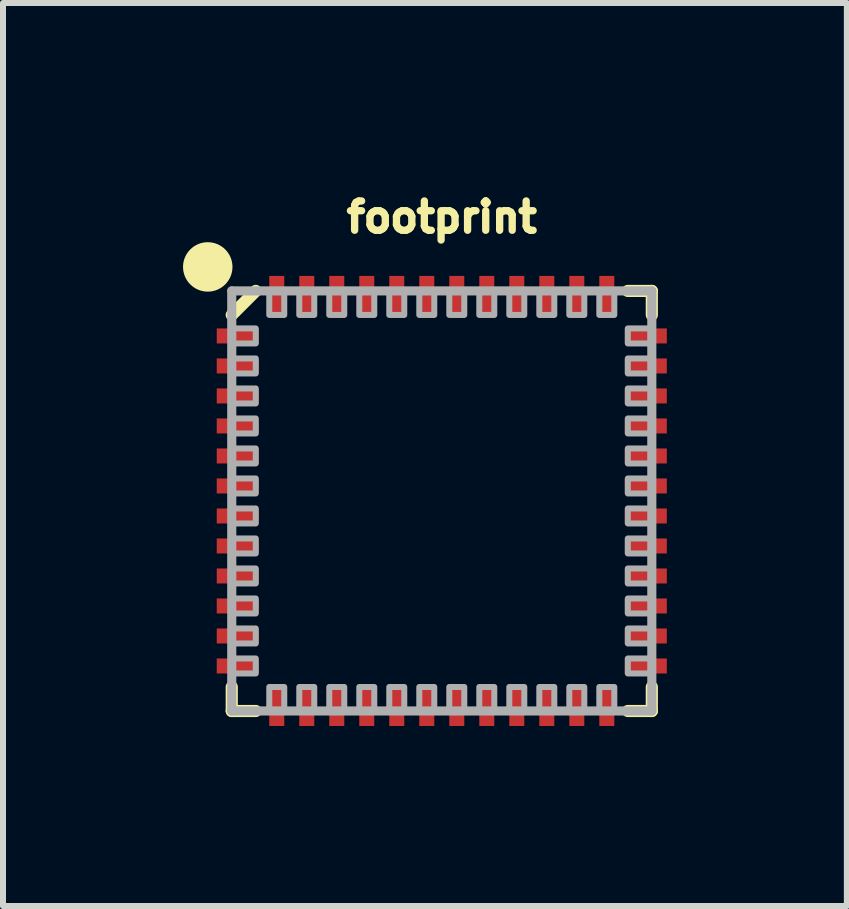
<source format=kicad_pcb>
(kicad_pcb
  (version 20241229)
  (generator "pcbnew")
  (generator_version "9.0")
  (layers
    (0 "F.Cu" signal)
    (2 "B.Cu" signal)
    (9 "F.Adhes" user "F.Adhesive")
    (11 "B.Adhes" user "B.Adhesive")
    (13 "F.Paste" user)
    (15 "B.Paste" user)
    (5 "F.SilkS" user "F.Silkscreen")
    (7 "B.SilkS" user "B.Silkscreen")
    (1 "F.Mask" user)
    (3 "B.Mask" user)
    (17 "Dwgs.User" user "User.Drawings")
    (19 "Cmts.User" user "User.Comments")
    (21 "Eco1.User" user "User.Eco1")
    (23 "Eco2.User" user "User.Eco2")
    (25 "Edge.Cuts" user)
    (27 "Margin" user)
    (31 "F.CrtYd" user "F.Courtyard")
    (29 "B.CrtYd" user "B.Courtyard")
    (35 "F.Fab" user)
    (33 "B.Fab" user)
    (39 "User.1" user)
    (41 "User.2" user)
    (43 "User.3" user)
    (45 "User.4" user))
  (footprint "footprint"
    (layer "F.Cu")
    (at 4.312 5.298)
    (property "Reference" "footprint" (at 0 -4.445 0) (layer "F.SilkS") (effects (font (size 0.488 0.488) (thickness 0.122)) (justify bottom)))
    (fp_line (start -3.5 -3.1) (end -3.1 -3.5) (stroke (width 0.203) (type solid)) (layer "F.SilkS"))
    (fp_line (start -3.5 3.5) (end -3.5 3.1) (stroke (width 0.203) (type solid)) (layer "F.SilkS"))
    (fp_line (start -3.1 3.5) (end -3.5 3.5) (stroke (width 0.203) (type solid)) (layer "F.SilkS"))
    (fp_line (start 3.1 -3.5) (end 3.5 -3.5) (stroke (width 0.203) (type solid)) (layer "F.SilkS"))
    (fp_line (start 3.5 -3.5) (end 3.5 -3.1) (stroke (width 0.203) (type solid)) (layer "F.SilkS"))
    (fp_line (start 3.5 3.1) (end 3.5 3.5) (stroke (width 0.203) (type solid)) (layer "F.SilkS"))
    (fp_line (start 3.5 3.5) (end 3.1 3.5) (stroke (width 0.203) (type solid)) (layer "F.SilkS"))
    (fp_circle (center -3.9 -3.9) (end -3.694 -3.9) (stroke (width 0.412) (type solid)) (fill yes) (layer "F.SilkS"))
    (fp_line (start -3.5 -3.5) (end -3.5 3.5) (stroke (width 0.152) (type solid)) (layer "F.Fab"))
    (fp_line (start -3.5 3.5) (end 3.5 3.5) (stroke (width 0.152) (type solid)) (layer "F.Fab"))
    (fp_line (start 3.5 -3.5) (end -3.5 -3.5) (stroke (width 0.152) (type solid)) (layer "F.Fab"))
    (fp_line (start 3.5 3.5) (end 3.5 -3.5) (stroke (width 0.152) (type solid)) (layer "F.Fab"))
    (fp_poly (pts (xy -3.5 -2.625) (xy -3.1 -2.625) (xy -3.1 -2.875) (xy -3.5 -2.875)) (stroke (width 0.1) (type solid)) (fill no) (layer "F.Fab"))
    (fp_poly (pts (xy -3.5 -2.125) (xy -3.1 -2.125) (xy -3.1 -2.375) (xy -3.5 -2.375)) (stroke (width 0.1) (type solid)) (fill no) (layer "F.Fab"))
    (fp_poly (pts (xy -3.5 -1.625) (xy -3.1 -1.625) (xy -3.1 -1.875) (xy -3.5 -1.875)) (stroke (width 0.1) (type solid)) (fill no) (layer "F.Fab"))
    (fp_poly (pts (xy -3.5 -1.125) (xy -3.1 -1.125) (xy -3.1 -1.375) (xy -3.5 -1.375)) (stroke (width 0.1) (type solid)) (fill no) (layer "F.Fab"))
    (fp_poly (pts (xy -3.5 -0.625) (xy -3.1 -0.625) (xy -3.1 -0.875) (xy -3.5 -0.875)) (stroke (width 0.1) (type solid)) (fill no) (layer "F.Fab"))
    (fp_poly (pts (xy -3.5 -0.125) (xy -3.1 -0.125) (xy -3.1 -0.375) (xy -3.5 -0.375)) (stroke (width 0.1) (type solid)) (fill no) (layer "F.Fab"))
    (fp_poly (pts (xy -3.5 0.375) (xy -3.1 0.375) (xy -3.1 0.125) (xy -3.5 0.125)) (stroke (width 0.1) (type solid)) (fill no) (layer "F.Fab"))
    (fp_poly (pts (xy -3.5 0.875) (xy -3.1 0.875) (xy -3.1 0.625) (xy -3.5 0.625)) (stroke (width 0.1) (type solid)) (fill no) (layer "F.Fab"))
    (fp_poly (pts (xy -3.5 1.375) (xy -3.1 1.375) (xy -3.1 1.125) (xy -3.5 1.125)) (stroke (width 0.1) (type solid)) (fill no) (layer "F.Fab"))
    (fp_poly (pts (xy -3.5 1.875) (xy -3.1 1.875) (xy -3.1 1.625) (xy -3.5 1.625)) (stroke (width 0.1) (type solid)) (fill no) (layer "F.Fab"))
    (fp_poly (pts (xy -3.5 2.375) (xy -3.1 2.375) (xy -3.1 2.125) (xy -3.5 2.125)) (stroke (width 0.1) (type solid)) (fill no) (layer "F.Fab"))
    (fp_poly (pts (xy -3.5 2.875) (xy -3.1 2.875) (xy -3.1 2.625) (xy -3.5 2.625)) (stroke (width 0.1) (type solid)) (fill no) (layer "F.Fab"))
    (fp_poly (pts (xy -2.875 -3.5) (xy -2.875 -3.1) (xy -2.625 -3.1) (xy -2.625 -3.5)) (stroke (width 0.1) (type solid)) (fill no) (layer "F.Fab"))
    (fp_poly (pts (xy -2.625 3.5) (xy -2.625 3.1) (xy -2.875 3.1) (xy -2.875 3.5)) (stroke (width 0.1) (type solid)) (fill no) (layer "F.Fab"))
    (fp_poly (pts (xy -2.375 -3.5) (xy -2.375 -3.1) (xy -2.125 -3.1) (xy -2.125 -3.5)) (stroke (width 0.1) (type solid)) (fill no) (layer "F.Fab"))
    (fp_poly (pts (xy -2.125 3.5) (xy -2.125 3.1) (xy -2.375 3.1) (xy -2.375 3.5)) (stroke (width 0.1) (type solid)) (fill no) (layer "F.Fab"))
    (fp_poly (pts (xy -1.875 -3.5) (xy -1.875 -3.1) (xy -1.625 -3.1) (xy -1.625 -3.5)) (stroke (width 0.1) (type solid)) (fill no) (layer "F.Fab"))
    (fp_poly (pts (xy -1.625 3.5) (xy -1.625 3.1) (xy -1.875 3.1) (xy -1.875 3.5)) (stroke (width 0.1) (type solid)) (fill no) (layer "F.Fab"))
    (fp_poly (pts (xy -1.375 -3.5) (xy -1.375 -3.1) (xy -1.125 -3.1) (xy -1.125 -3.5)) (stroke (width 0.1) (type solid)) (fill no) (layer "F.Fab"))
    (fp_poly (pts (xy -1.125 3.5) (xy -1.125 3.1) (xy -1.375 3.1) (xy -1.375 3.5)) (stroke (width 0.1) (type solid)) (fill no) (layer "F.Fab"))
    (fp_poly (pts (xy -0.875 -3.5) (xy -0.875 -3.1) (xy -0.625 -3.1) (xy -0.625 -3.5)) (stroke (width 0.1) (type solid)) (fill no) (layer "F.Fab"))
    (fp_poly (pts (xy -0.625 3.5) (xy -0.625 3.1) (xy -0.875 3.1) (xy -0.875 3.5)) (stroke (width 0.1) (type solid)) (fill no) (layer "F.Fab"))
    (fp_poly (pts (xy -0.375 -3.5) (xy -0.375 -3.1) (xy -0.125 -3.1) (xy -0.125 -3.5)) (stroke (width 0.1) (type solid)) (fill no) (layer "F.Fab"))
    (fp_poly (pts (xy -0.125 3.5) (xy -0.125 3.1) (xy -0.375 3.1) (xy -0.375 3.5)) (stroke (width 0.1) (type solid)) (fill no) (layer "F.Fab"))
    (fp_poly (pts (xy 0.125 -3.5) (xy 0.125 -3.1) (xy 0.375 -3.1) (xy 0.375 -3.5)) (stroke (width 0.1) (type solid)) (fill no) (layer "F.Fab"))
    (fp_poly (pts (xy 0.375 3.5) (xy 0.375 3.1) (xy 0.125 3.1) (xy 0.125 3.5)) (stroke (width 0.1) (type solid)) (fill no) (layer "F.Fab"))
    (fp_poly (pts (xy 0.625 -3.5) (xy 0.625 -3.1) (xy 0.875 -3.1) (xy 0.875 -3.5)) (stroke (width 0.1) (type solid)) (fill no) (layer "F.Fab"))
    (fp_poly (pts (xy 0.875 3.5) (xy 0.875 3.1) (xy 0.625 3.1) (xy 0.625 3.5)) (stroke (width 0.1) (type solid)) (fill no) (layer "F.Fab"))
    (fp_poly (pts (xy 1.125 -3.5) (xy 1.125 -3.1) (xy 1.375 -3.1) (xy 1.375 -3.5)) (stroke (width 0.1) (type solid)) (fill no) (layer "F.Fab"))
    (fp_poly (pts (xy 1.375 3.5) (xy 1.375 3.1) (xy 1.125 3.1) (xy 1.125 3.5)) (stroke (width 0.1) (type solid)) (fill no) (layer "F.Fab"))
    (fp_poly (pts (xy 1.625 -3.5) (xy 1.625 -3.1) (xy 1.875 -3.1) (xy 1.875 -3.5)) (stroke (width 0.1) (type solid)) (fill no) (layer "F.Fab"))
    (fp_poly (pts (xy 1.875 3.5) (xy 1.875 3.1) (xy 1.625 3.1) (xy 1.625 3.5)) (stroke (width 0.1) (type solid)) (fill no) (layer "F.Fab"))
    (fp_poly (pts (xy 2.125 -3.5) (xy 2.125 -3.1) (xy 2.375 -3.1) (xy 2.375 -3.5)) (stroke (width 0.1) (type solid)) (fill no) (layer "F.Fab"))
    (fp_poly (pts (xy 2.375 3.5) (xy 2.375 3.1) (xy 2.125 3.1) (xy 2.125 3.5)) (stroke (width 0.1) (type solid)) (fill no) (layer "F.Fab"))
    (fp_poly (pts (xy 2.625 -3.5) (xy 2.625 -3.1) (xy 2.875 -3.1) (xy 2.875 -3.5)) (stroke (width 0.1) (type solid)) (fill no) (layer "F.Fab"))
    (fp_poly (pts (xy 2.875 3.5) (xy 2.875 3.1) (xy 2.625 3.1) (xy 2.625 3.5)) (stroke (width 0.1) (type solid)) (fill no) (layer "F.Fab"))
    (fp_poly (pts (xy 3.5 -2.875) (xy 3.1 -2.875) (xy 3.1 -2.625) (xy 3.5 -2.625)) (stroke (width 0.1) (type solid)) (fill no) (layer "F.Fab"))
    (fp_poly (pts (xy 3.5 -2.375) (xy 3.1 -2.375) (xy 3.1 -2.125) (xy 3.5 -2.125)) (stroke (width 0.1) (type solid)) (fill no) (layer "F.Fab"))
    (fp_poly (pts (xy 3.5 -1.875) (xy 3.1 -1.875) (xy 3.1 -1.625) (xy 3.5 -1.625)) (stroke (width 0.1) (type solid)) (fill no) (layer "F.Fab"))
    (fp_poly (pts (xy 3.5 -1.375) (xy 3.1 -1.375) (xy 3.1 -1.125) (xy 3.5 -1.125)) (stroke (width 0.1) (type solid)) (fill no) (layer "F.Fab"))
    (fp_poly (pts (xy 3.5 -0.875) (xy 3.1 -0.875) (xy 3.1 -0.625) (xy 3.5 -0.625)) (stroke (width 0.1) (type solid)) (fill no) (layer "F.Fab"))
    (fp_poly (pts (xy 3.5 -0.375) (xy 3.1 -0.375) (xy 3.1 -0.125) (xy 3.5 -0.125)) (stroke (width 0.1) (type solid)) (fill no) (layer "F.Fab"))
    (fp_poly (pts (xy 3.5 0.125) (xy 3.1 0.125) (xy 3.1 0.375) (xy 3.5 0.375)) (stroke (width 0.1) (type solid)) (fill no) (layer "F.Fab"))
    (fp_poly (pts (xy 3.5 0.625) (xy 3.1 0.625) (xy 3.1 0.875) (xy 3.5 0.875)) (stroke (width 0.1) (type solid)) (fill no) (layer "F.Fab"))
    (fp_poly (pts (xy 3.5 1.125) (xy 3.1 1.125) (xy 3.1 1.375) (xy 3.5 1.375)) (stroke (width 0.1) (type solid)) (fill no) (layer "F.Fab"))
    (fp_poly (pts (xy 3.5 1.625) (xy 3.1 1.625) (xy 3.1 1.875) (xy 3.5 1.875)) (stroke (width 0.1) (type solid)) (fill no) (layer "F.Fab"))
    (fp_poly (pts (xy 3.5 2.125) (xy 3.1 2.125) (xy 3.1 2.375) (xy 3.5 2.375)) (stroke (width 0.1) (type solid)) (fill no) (layer "F.Fab"))
    (fp_poly (pts (xy 3.5 2.625) (xy 3.1 2.625) (xy 3.1 2.875) (xy 3.5 2.875)) (stroke (width 0.1) (type solid)) (fill no) (layer "F.Fab"))
    (pad "1" smd rect (at -3.4 -2.75) (size 0.7 0.25) (layers "F.Cu" "F.Mask" "F.Paste"))
    (pad "2" smd rect (at -3.4 -2.25) (size 0.7 0.25) (layers "F.Cu" "F.Mask" "F.Paste"))
    (pad "3" smd rect (at -3.4 -1.75) (size 0.7 0.25) (layers "F.Cu" "F.Mask" "F.Paste"))
    (pad "4" smd rect (at -3.4 -1.25) (size 0.7 0.25) (layers "F.Cu" "F.Mask" "F.Paste"))
    (pad "5" smd rect (at -3.4 -0.75) (size 0.7 0.25) (layers "F.Cu" "F.Mask" "F.Paste"))
    (pad "6" smd rect (at -3.4 -0.25) (size 0.7 0.25) (layers "F.Cu" "F.Mask" "F.Paste"))
    (pad "7" smd rect (at -3.4 0.25) (size 0.7 0.25) (layers "F.Cu" "F.Mask" "F.Paste"))
    (pad "8" smd rect (at -3.4 0.75) (size 0.7 0.25) (layers "F.Cu" "F.Mask" "F.Paste"))
    (pad "9" smd rect (at -3.4 1.25) (size 0.7 0.25) (layers "F.Cu" "F.Mask" "F.Paste"))
    (pad "10" smd rect (at -3.4 1.75) (size 0.7 0.25) (layers "F.Cu" "F.Mask" "F.Paste"))
    (pad "11" smd rect (at -3.4 2.25) (size 0.7 0.25) (layers "F.Cu" "F.Mask" "F.Paste"))
    (pad "12" smd rect (at -3.4 2.75) (size 0.7 0.25) (layers "F.Cu" "F.Mask" "F.Paste"))
    (pad "13" smd rect (at -2.75 3.4 90) (size 0.7 0.25) (layers "F.Cu" "F.Mask" "F.Paste"))
    (pad "14" smd rect (at -2.25 3.4 90) (size 0.7 0.25) (layers "F.Cu" "F.Mask" "F.Paste"))
    (pad "15" smd rect (at -1.75 3.4 90) (size 0.7 0.25) (layers "F.Cu" "F.Mask" "F.Paste"))
    (pad "16" smd rect (at -1.25 3.4 90) (size 0.7 0.25) (layers "F.Cu" "F.Mask" "F.Paste"))
    (pad "17" smd rect (at -0.75 3.4 90) (size 0.7 0.25) (layers "F.Cu" "F.Mask" "F.Paste"))
    (pad "18" smd rect (at -0.25 3.4 90) (size 0.7 0.25) (layers "F.Cu" "F.Mask" "F.Paste"))
    (pad "19" smd rect (at 0.25 3.4 90) (size 0.7 0.25) (layers "F.Cu" "F.Mask" "F.Paste"))
    (pad "20" smd rect (at 0.75 3.4 90) (size 0.7 0.25) (layers "F.Cu" "F.Mask" "F.Paste"))
    (pad "21" smd rect (at 1.25 3.4 90) (size 0.7 0.25) (layers "F.Cu" "F.Mask" "F.Paste"))
    (pad "22" smd rect (at 1.75 3.4 90) (size 0.7 0.25) (layers "F.Cu" "F.Mask" "F.Paste"))
    (pad "23" smd rect (at 2.25 3.4 90) (size 0.7 0.25) (layers "F.Cu" "F.Mask" "F.Paste"))
    (pad "24" smd rect (at 2.75 3.4 90) (size 0.7 0.25) (layers "F.Cu" "F.Mask" "F.Paste"))
    (pad "25" smd rect (at 3.4 2.75 180) (size 0.7 0.25) (layers "F.Cu" "F.Mask" "F.Paste"))
    (pad "26" smd rect (at 3.4 2.25 180) (size 0.7 0.25) (layers "F.Cu" "F.Mask" "F.Paste"))
    (pad "27" smd rect (at 3.4 1.75 180) (size 0.7 0.25) (layers "F.Cu" "F.Mask" "F.Paste"))
    (pad "28" smd rect (at 3.4 1.25 180) (size 0.7 0.25) (layers "F.Cu" "F.Mask" "F.Paste"))
    (pad "29" smd rect (at 3.4 0.75 180) (size 0.7 0.25) (layers "F.Cu" "F.Mask" "F.Paste"))
    (pad "30" smd rect (at 3.4 0.25 180) (size 0.7 0.25) (layers "F.Cu" "F.Mask" "F.Paste"))
    (pad "31" smd rect (at 3.4 -0.25 180) (size 0.7 0.25) (layers "F.Cu" "F.Mask" "F.Paste"))
    (pad "32" smd rect (at 3.4 -0.75 180) (size 0.7 0.25) (layers "F.Cu" "F.Mask" "F.Paste"))
    (pad "33" smd rect (at 3.4 -1.25 180) (size 0.7 0.25) (layers "F.Cu" "F.Mask" "F.Paste"))
    (pad "34" smd rect (at 3.4 -1.75 180) (size 0.7 0.25) (layers "F.Cu" "F.Mask" "F.Paste"))
    (pad "35" smd rect (at 3.4 -2.25 180) (size 0.7 0.25) (layers "F.Cu" "F.Mask" "F.Paste"))
    (pad "36" smd rect (at 3.4 -2.75 180) (size 0.7 0.25) (layers "F.Cu" "F.Mask" "F.Paste"))
    (pad "37" smd rect (at 2.75 -3.4 270) (size 0.7 0.25) (layers "F.Cu" "F.Mask" "F.Paste"))
    (pad "38" smd rect (at 2.25 -3.4 270) (size 0.7 0.25) (layers "F.Cu" "F.Mask" "F.Paste"))
    (pad "39" smd rect (at 1.75 -3.4 270) (size 0.7 0.25) (layers "F.Cu" "F.Mask" "F.Paste"))
    (pad "40" smd rect (at 1.25 -3.4 270) (size 0.7 0.25) (layers "F.Cu" "F.Mask" "F.Paste"))
    (pad "41" smd rect (at 0.75 -3.4 270) (size 0.7 0.25) (layers "F.Cu" "F.Mask" "F.Paste"))
    (pad "42" smd rect (at 0.25 -3.4 270) (size 0.7 0.25) (layers "F.Cu" "F.Mask" "F.Paste"))
    (pad "43" smd rect (at -0.25 -3.4 270) (size 0.7 0.25) (layers "F.Cu" "F.Mask" "F.Paste"))
    (pad "44" smd rect (at -0.75 -3.4 270) (size 0.7 0.25) (layers "F.Cu" "F.Mask" "F.Paste"))
    (pad "45" smd rect (at -1.25 -3.4 270) (size 0.7 0.25) (layers "F.Cu" "F.Mask" "F.Paste"))
    (pad "46" smd rect (at -1.75 -3.4 270) (size 0.7 0.25) (layers "F.Cu" "F.Mask" "F.Paste"))
    (pad "47" smd rect (at -2.25 -3.4 270) (size 0.7 0.25) (layers "F.Cu" "F.Mask" "F.Paste"))
    (pad "48" smd rect (at -2.75 -3.4 270) (size 0.7 0.25) (layers "F.Cu" "F.Mask" "F.Paste")))
  (gr_rect
    (start -3 -3)
    (end 11.062 12.048)
    (stroke (width 0.1) (type default))
    (fill no)
    (layer "Edge.Cuts")))
</source>
